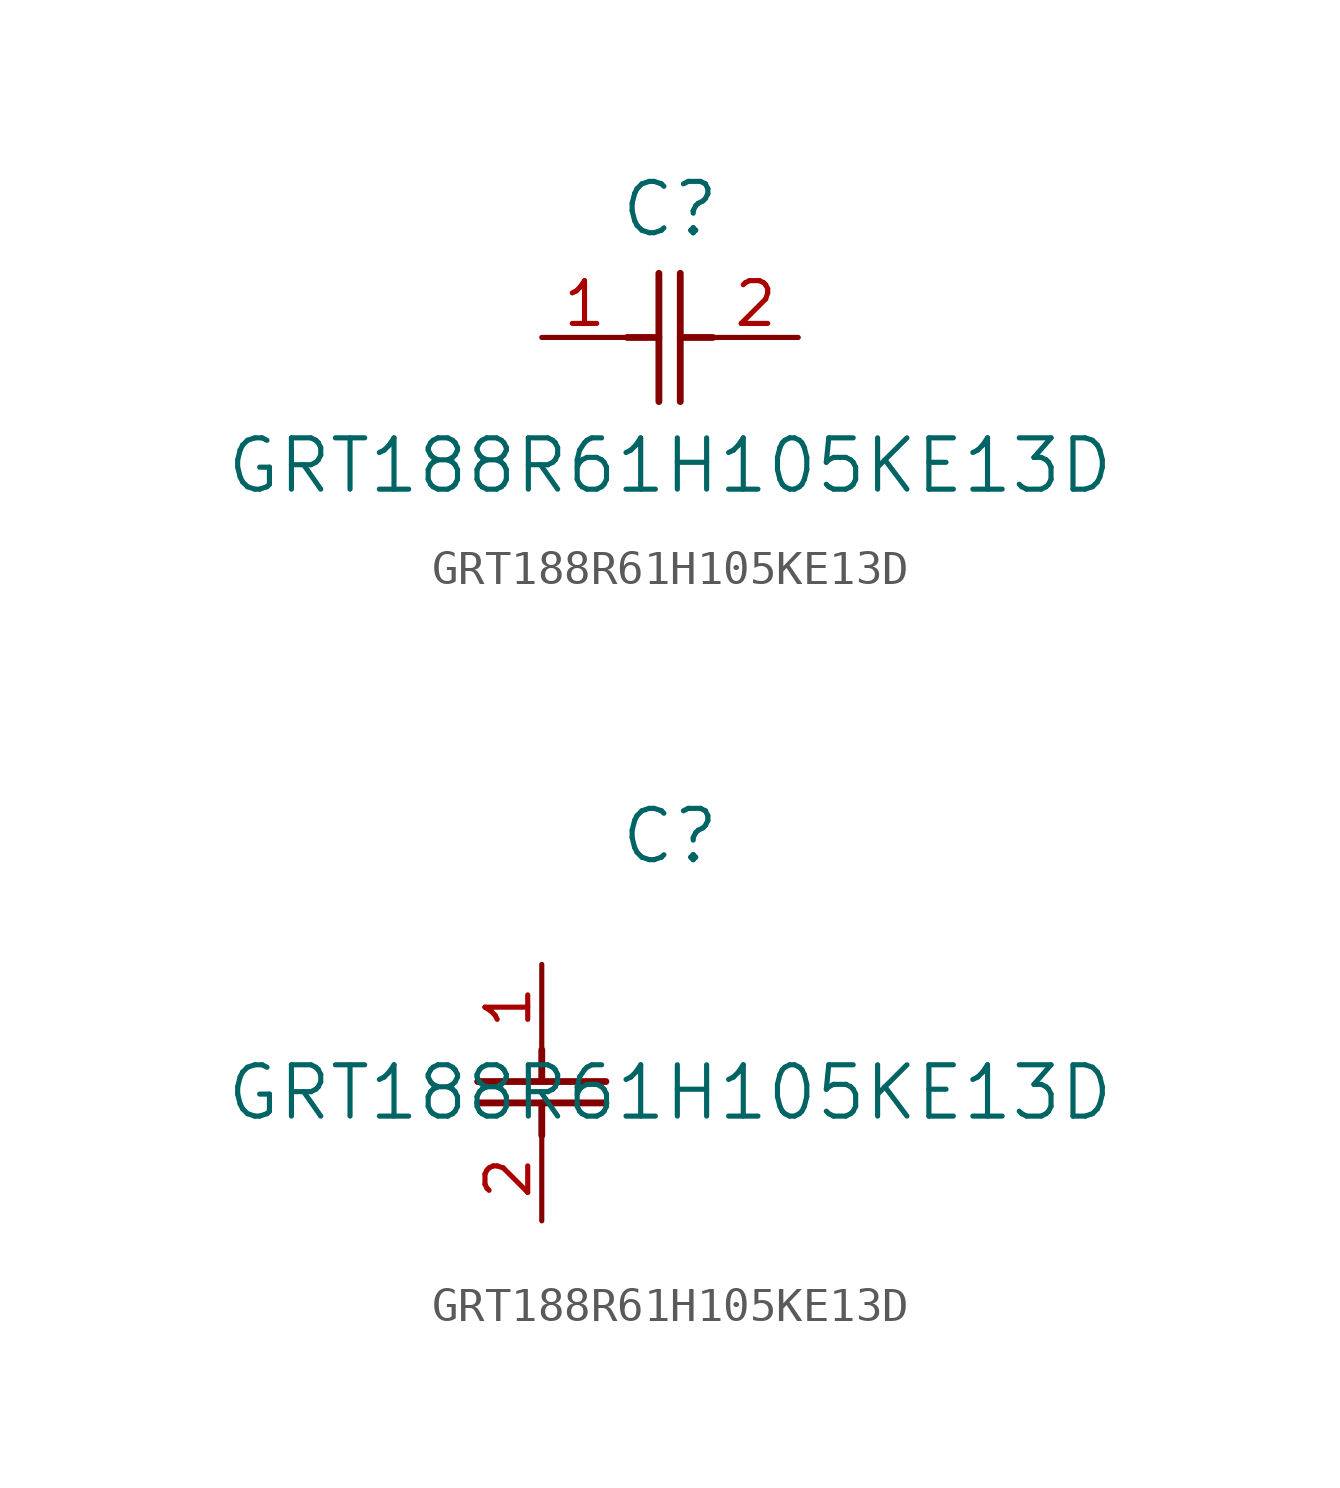
<source format=kicad_sym>
(kicad_symbol_lib
  (version 20211014)
  (generator kicad_symbol_editor)
  (symbol "GRT188R61H105KE13D"
    (pin_names
      (offset 0.254))
    (property "Reference" "C"
      (at 3.81 3.81 0)
      (effects (font (size 1.524 1.524))))
    (property "Value" "GRT188R61H105KE13D"
      (at 3.81 -3.81 0)
      (effects (font (size 1.524 1.524))))
    (symbol "GRT188R61H105KE13D_1_1"
      (polyline (pts (xy 3.48 -1.905) (xy 3.48 1.905)) (stroke (width 0.203) (type default) (color 0 0 0 0)) (fill (type none)))
      (polyline (pts (xy 4.115 -1.905) (xy 4.115 1.905)) (stroke (width 0.203) (type default) (color 0 0 0 0)) (fill (type none)))
      (polyline (pts (xy 4.115 0) (xy 5.08 0)) (stroke (width 0.203) (type default) (color 0 0 0 0)) (fill (type none)))
      (polyline (pts (xy 2.54 0) (xy 3.48 0)) (stroke (width 0.203) (type default) (color 0 0 0 0)) (fill (type none)))
      (pin unspecified line (at 0 0 0) (length 2.54) (name "" (effects (font (size 1.27 1.27)))) (number "1" (effects (font (size 1.27 1.27)))))
      (pin unspecified line (at 7.62 0 180) (length 2.54) (name "" (effects (font (size 1.27 1.27)))) (number "2" (effects (font (size 1.27 1.27))))))
    (symbol "GRT188R61H105KE13D_1_2"
      (polyline (pts (xy -1.905 -3.48) (xy 1.905 -3.48)) (stroke (width 0.203) (type default) (color 0 0 0 0)) (fill (type none)))
      (polyline (pts (xy -1.905 -4.115) (xy 1.905 -4.115)) (stroke (width 0.203) (type default) (color 0 0 0 0)) (fill (type none)))
      (polyline (pts (xy 0 -4.115) (xy 0 -5.08)) (stroke (width 0.203) (type default) (color 0 0 0 0)) (fill (type none)))
      (polyline (pts (xy 0 -2.54) (xy 0 -3.48)) (stroke (width 0.203) (type default) (color 0 0 0 0)) (fill (type none)))
      (pin unspecified line (at 0 0 270) (length 2.54) (name "" (effects (font (size 1.27 1.27)))) (number "1" (effects (font (size 1.27 1.27)))))
      (pin unspecified line (at 0 -7.62 90) (length 2.54) (name "" (effects (font (size 1.27 1.27)))) (number "2" (effects (font (size 1.27 1.27))))))))
</source>
